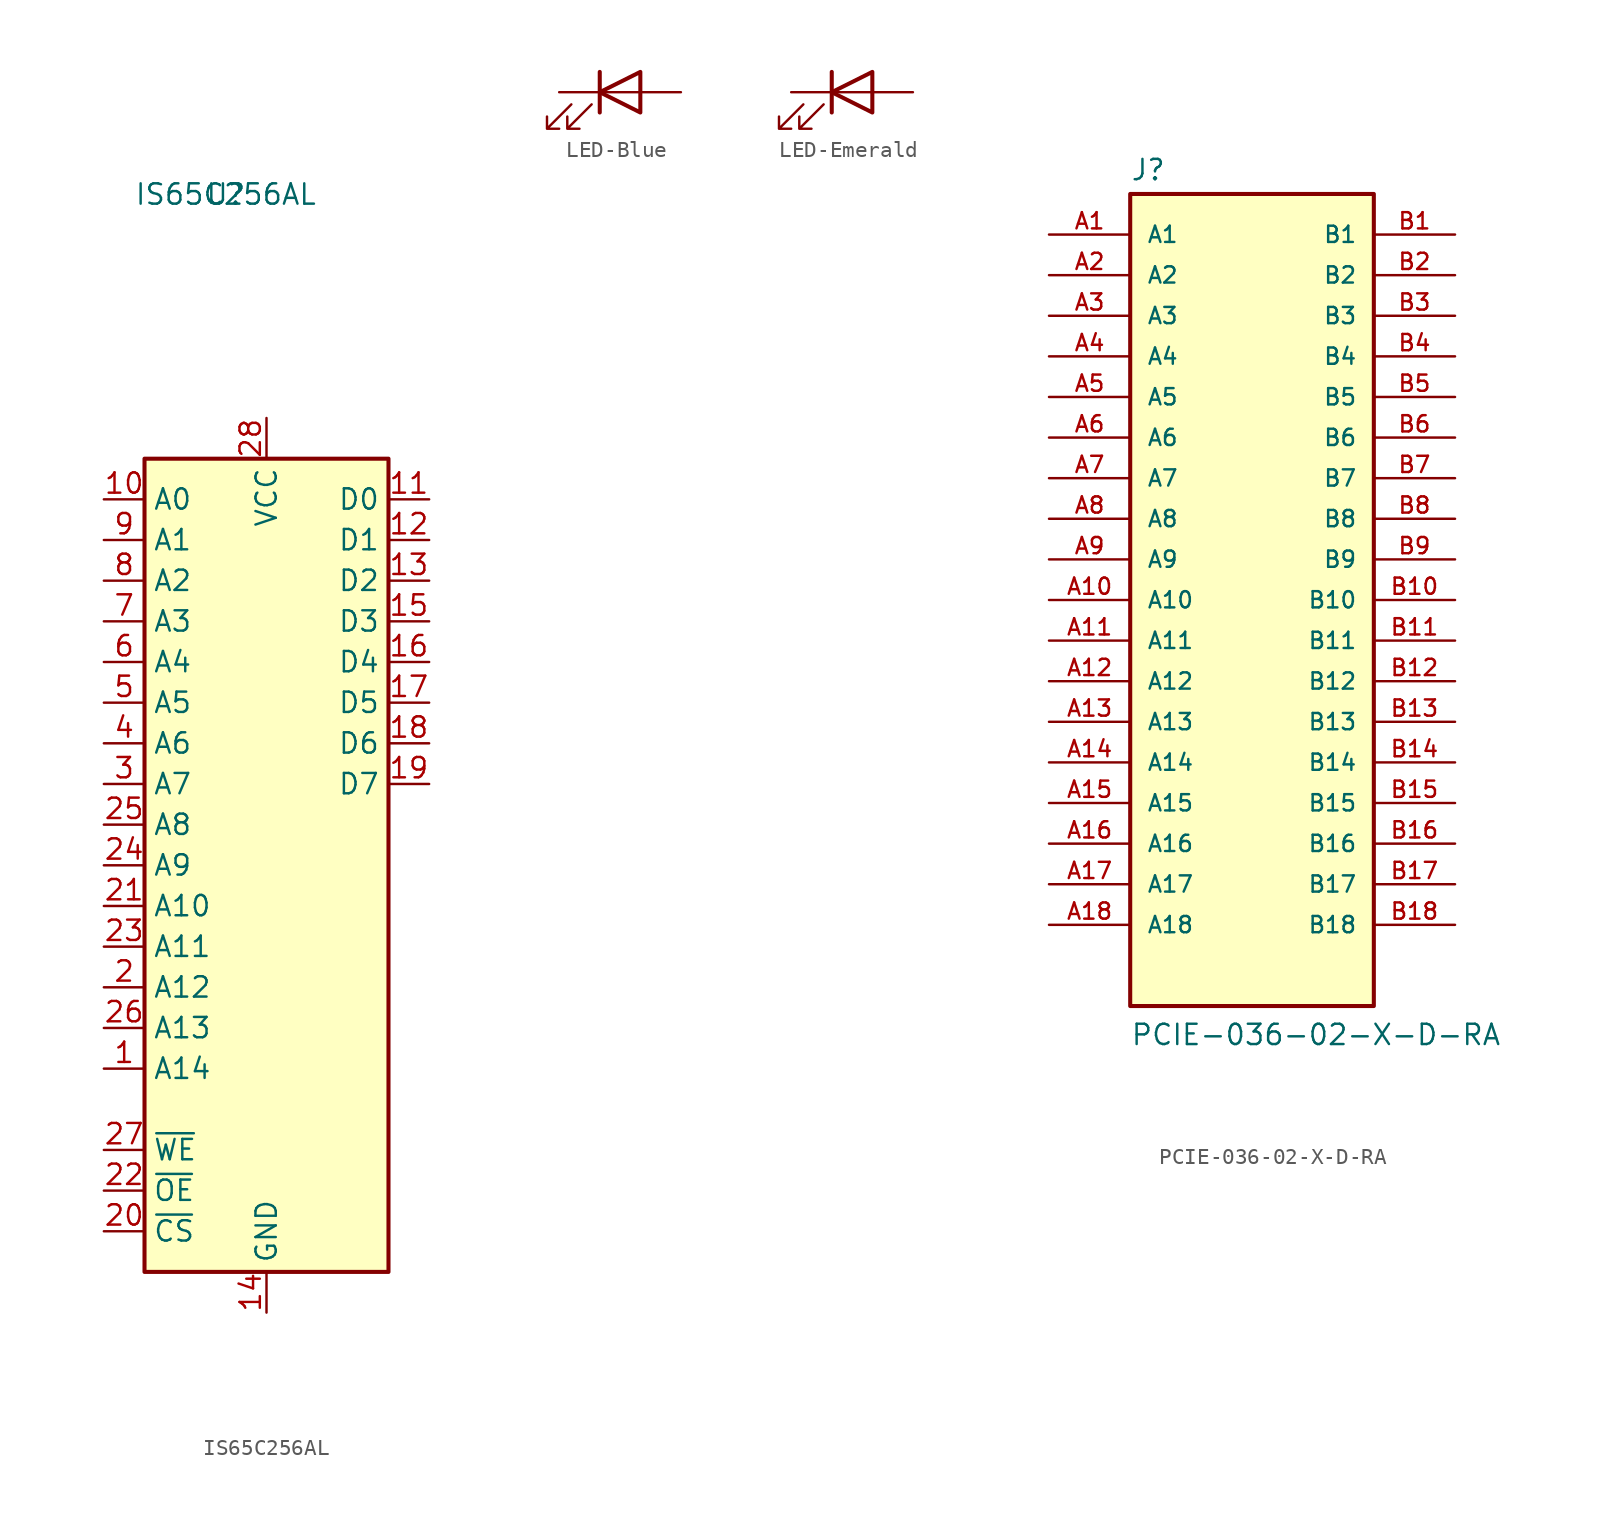
<source format=kicad_sym>
(kicad_symbol_lib
  (version 20211014)
  (generator kicad_symbol_editor)
  (symbol "IS65C256AL"
    (property "Reference" "U"
      (at -3.81 41.91 0)
      (effects (font (size 1.27 1.27))))
    (property "Value" "IS65C256AL"
      (at -3.81 41.91 0)
      (effects (font (size 1.27 1.27))))
    (symbol "IS65C256AL_1_1"
      (rectangle (start -8.89 25.4) (end 6.35 -25.4) (stroke (width 0.254) (type default) (color 0 0 0 0)) (fill (type background)))
      (pin input line (at -11.43 -12.7 0) (length 2.54) (name "A14" (effects (font (size 1.27 1.27)))) (number "1" (effects (font (size 1.27 1.27)))))
      (pin input line (at -11.43 22.86 0) (length 2.54) (name "A0" (effects (font (size 1.27 1.27)))) (number "10" (effects (font (size 1.27 1.27)))))
      (pin tri_state line (at 8.89 22.86 180) (length 2.54) (name "D0" (effects (font (size 1.27 1.27)))) (number "11" (effects (font (size 1.27 1.27)))))
      (pin tri_state line (at 8.89 20.32 180) (length 2.54) (name "D1" (effects (font (size 1.27 1.27)))) (number "12" (effects (font (size 1.27 1.27)))))
      (pin tri_state line (at 8.89 17.78 180) (length 2.54) (name "D2" (effects (font (size 1.27 1.27)))) (number "13" (effects (font (size 1.27 1.27)))))
      (pin power_in line (at -1.27 -27.94 90) (length 2.54) (name "GND" (effects (font (size 1.27 1.27)))) (number "14" (effects (font (size 1.27 1.27)))))
      (pin tri_state line (at 8.89 15.24 180) (length 2.54) (name "D3" (effects (font (size 1.27 1.27)))) (number "15" (effects (font (size 1.27 1.27)))))
      (pin tri_state line (at 8.89 12.7 180) (length 2.54) (name "D4" (effects (font (size 1.27 1.27)))) (number "16" (effects (font (size 1.27 1.27)))))
      (pin tri_state line (at 8.89 10.16 180) (length 2.54) (name "D5" (effects (font (size 1.27 1.27)))) (number "17" (effects (font (size 1.27 1.27)))))
      (pin tri_state line (at 8.89 7.62 180) (length 2.54) (name "D6" (effects (font (size 1.27 1.27)))) (number "18" (effects (font (size 1.27 1.27)))))
      (pin tri_state line (at 8.89 5.08 180) (length 2.54) (name "D7" (effects (font (size 1.27 1.27)))) (number "19" (effects (font (size 1.27 1.27)))))
      (pin input line (at -11.43 -7.62 0) (length 2.54) (name "A12" (effects (font (size 1.27 1.27)))) (number "2" (effects (font (size 1.27 1.27)))))
      (pin input line (at -11.43 -22.86 0) (length 2.54) (name "~{CS}" (effects (font (size 1.27 1.27)))) (number "20" (effects (font (size 1.27 1.27)))))
      (pin input line (at -11.43 -2.54 0) (length 2.54) (name "A10" (effects (font (size 1.27 1.27)))) (number "21" (effects (font (size 1.27 1.27)))))
      (pin input line (at -11.43 -20.32 0) (length 2.54) (name "~{OE}" (effects (font (size 1.27 1.27)))) (number "22" (effects (font (size 1.27 1.27)))))
      (pin input line (at -11.43 -5.08 0) (length 2.54) (name "A11" (effects (font (size 1.27 1.27)))) (number "23" (effects (font (size 1.27 1.27)))))
      (pin input line (at -11.43 0 0) (length 2.54) (name "A9" (effects (font (size 1.27 1.27)))) (number "24" (effects (font (size 1.27 1.27)))))
      (pin input line (at -11.43 2.54 0) (length 2.54) (name "A8" (effects (font (size 1.27 1.27)))) (number "25" (effects (font (size 1.27 1.27)))))
      (pin input line (at -11.43 -10.16 0) (length 2.54) (name "A13" (effects (font (size 1.27 1.27)))) (number "26" (effects (font (size 1.27 1.27)))))
      (pin input line (at -11.43 -17.78 0) (length 2.54) (name "~{WE}" (effects (font (size 1.27 1.27)))) (number "27" (effects (font (size 1.27 1.27)))))
      (pin power_in line (at -1.27 27.94 270) (length 2.54) (name "VCC" (effects (font (size 1.27 1.27)))) (number "28" (effects (font (size 1.27 1.27)))))
      (pin input line (at -11.43 5.08 0) (length 2.54) (name "A7" (effects (font (size 1.27 1.27)))) (number "3" (effects (font (size 1.27 1.27)))))
      (pin input line (at -11.43 7.62 0) (length 2.54) (name "A6" (effects (font (size 1.27 1.27)))) (number "4" (effects (font (size 1.27 1.27)))))
      (pin input line (at -11.43 10.16 0) (length 2.54) (name "A5" (effects (font (size 1.27 1.27)))) (number "5" (effects (font (size 1.27 1.27)))))
      (pin input line (at -11.43 12.7 0) (length 2.54) (name "A4" (effects (font (size 1.27 1.27)))) (number "6" (effects (font (size 1.27 1.27)))))
      (pin input line (at -11.43 15.24 0) (length 2.54) (name "A3" (effects (font (size 1.27 1.27)))) (number "7" (effects (font (size 1.27 1.27)))))
      (pin input line (at -11.43 17.78 0) (length 2.54) (name "A2" (effects (font (size 1.27 1.27)))) (number "8" (effects (font (size 1.27 1.27)))))
      (pin input line (at -11.43 20.32 0) (length 2.54) (name "A1" (effects (font (size 1.27 1.27)))) (number "9" (effects (font (size 1.27 1.27)))))))
  (symbol "LED-Blue"
    (pin_numbers hide)
    (pin_names
      (offset 1.016) hide)
    (property "Reference" "D"
      (at 0 2.54 0)
      (effects (font (size 1.27 1.27)) hide))
    (symbol "LED-Blue_0_1"
      (polyline (pts (xy -1.27 -1.27) (xy -1.27 1.27)) (stroke (width 0.254) (type default) (color 0 0 0 0)) (fill (type none)))
      (polyline (pts (xy -1.27 0) (xy 1.27 0)) (stroke (width 0) (type default) (color 0 0 0 0)) (fill (type none)))
      (polyline (pts (xy 1.27 -1.27) (xy 1.27 1.27) (xy -1.27 0) (xy 1.27 -1.27)) (stroke (width 0.254) (type default) (color 0 0 0 0)) (fill (type none)))
      (polyline (pts (xy -3.048 -0.762) (xy -4.572 -2.286) (xy -3.81 -2.286) (xy -4.572 -2.286) (xy -4.572 -1.524)) (stroke (width 0) (type default) (color 0 0 0 0)) (fill (type none)))
      (polyline (pts (xy -1.778 -0.762) (xy -3.302 -2.286) (xy -2.54 -2.286) (xy -3.302 -2.286) (xy -3.302 -1.524)) (stroke (width 0) (type default) (color 0 0 0 0)) (fill (type none))))
    (symbol "LED-Blue_1_1"
      (pin passive line (at -3.81 0 0) (length 2.54) (name "K" (effects (font (size 1.27 1.27)))) (number "1" (effects (font (size 1.27 1.27)))))
      (pin passive line (at 3.81 0 180) (length 2.54) (name "A" (effects (font (size 1.27 1.27)))) (number "2" (effects (font (size 1.27 1.27)))))))
  (symbol "LED-Emerald"
    (pin_numbers hide)
    (pin_names
      (offset 1.016) hide)
    (property "Reference" "D"
      (at 0 2.54 0)
      (effects (font (size 1.27 1.27)) hide))
    (symbol "LED-Emerald_0_1"
      (polyline (pts (xy -1.27 -1.27) (xy -1.27 1.27)) (stroke (width 0.254) (type default) (color 0 0 0 0)) (fill (type none)))
      (polyline (pts (xy -1.27 0) (xy 1.27 0)) (stroke (width 0) (type default) (color 0 0 0 0)) (fill (type none)))
      (polyline (pts (xy 1.27 -1.27) (xy 1.27 1.27) (xy -1.27 0) (xy 1.27 -1.27)) (stroke (width 0.254) (type default) (color 0 0 0 0)) (fill (type none)))
      (polyline (pts (xy -3.048 -0.762) (xy -4.572 -2.286) (xy -3.81 -2.286) (xy -4.572 -2.286) (xy -4.572 -1.524)) (stroke (width 0) (type default) (color 0 0 0 0)) (fill (type none)))
      (polyline (pts (xy -1.778 -0.762) (xy -3.302 -2.286) (xy -2.54 -2.286) (xy -3.302 -2.286) (xy -3.302 -1.524)) (stroke (width 0) (type default) (color 0 0 0 0)) (fill (type none))))
    (symbol "LED-Emerald_1_1"
      (pin passive line (at -3.81 0 0) (length 2.54) (name "K" (effects (font (size 1.27 1.27)))) (number "1" (effects (font (size 1.27 1.27)))))
      (pin passive line (at 3.81 0 180) (length 2.54) (name "A" (effects (font (size 1.27 1.27)))) (number "2" (effects (font (size 1.27 1.27)))))))
  (symbol "PCIE-036-02-X-D-RA"
    (pin_names
      (offset 1.016))
    (property "Reference" "J"
      (at -7.62 26.162 0)
      (effects (font (size 1.27 1.27)) (justify left bottom)))
    (property "Value" "PCIE-036-02-X-D-RA"
      (at -7.62 -27.94 0)
      (effects (font (size 1.27 1.27)) (justify left bottom)))
    (symbol "PCIE-036-02-X-D-RA_0_0"
      (rectangle (start -7.62 -25.4) (end 7.62 25.4) (stroke (width 0.254) (type default) (color 0 0 0 0)) (fill (type background)))
      (pin passive line (at -12.7 22.86 0) (length 5.08) (name "A1" (effects (font (size 1.016 1.016)))) (number "A1" (effects (font (size 1.016 1.016)))))
      (pin passive line (at -12.7 0 0) (length 5.08) (name "A10" (effects (font (size 1.016 1.016)))) (number "A10" (effects (font (size 1.016 1.016)))))
      (pin passive line (at -12.7 -2.54 0) (length 5.08) (name "A11" (effects (font (size 1.016 1.016)))) (number "A11" (effects (font (size 1.016 1.016)))))
      (pin passive line (at -12.7 -5.08 0) (length 5.08) (name "A12" (effects (font (size 1.016 1.016)))) (number "A12" (effects (font (size 1.016 1.016)))))
      (pin passive line (at -12.7 -7.62 0) (length 5.08) (name "A13" (effects (font (size 1.016 1.016)))) (number "A13" (effects (font (size 1.016 1.016)))))
      (pin passive line (at -12.7 -10.16 0) (length 5.08) (name "A14" (effects (font (size 1.016 1.016)))) (number "A14" (effects (font (size 1.016 1.016)))))
      (pin passive line (at -12.7 -12.7 0) (length 5.08) (name "A15" (effects (font (size 1.016 1.016)))) (number "A15" (effects (font (size 1.016 1.016)))))
      (pin passive line (at -12.7 -15.24 0) (length 5.08) (name "A16" (effects (font (size 1.016 1.016)))) (number "A16" (effects (font (size 1.016 1.016)))))
      (pin passive line (at -12.7 -17.78 0) (length 5.08) (name "A17" (effects (font (size 1.016 1.016)))) (number "A17" (effects (font (size 1.016 1.016)))))
      (pin passive line (at -12.7 -20.32 0) (length 5.08) (name "A18" (effects (font (size 1.016 1.016)))) (number "A18" (effects (font (size 1.016 1.016)))))
      (pin passive line (at -12.7 20.32 0) (length 5.08) (name "A2" (effects (font (size 1.016 1.016)))) (number "A2" (effects (font (size 1.016 1.016)))))
      (pin passive line (at -12.7 17.78 0) (length 5.08) (name "A3" (effects (font (size 1.016 1.016)))) (number "A3" (effects (font (size 1.016 1.016)))))
      (pin passive line (at -12.7 15.24 0) (length 5.08) (name "A4" (effects (font (size 1.016 1.016)))) (number "A4" (effects (font (size 1.016 1.016)))))
      (pin passive line (at -12.7 12.7 0) (length 5.08) (name "A5" (effects (font (size 1.016 1.016)))) (number "A5" (effects (font (size 1.016 1.016)))))
      (pin passive line (at -12.7 10.16 0) (length 5.08) (name "A6" (effects (font (size 1.016 1.016)))) (number "A6" (effects (font (size 1.016 1.016)))))
      (pin passive line (at -12.7 7.62 0) (length 5.08) (name "A7" (effects (font (size 1.016 1.016)))) (number "A7" (effects (font (size 1.016 1.016)))))
      (pin passive line (at -12.7 5.08 0) (length 5.08) (name "A8" (effects (font (size 1.016 1.016)))) (number "A8" (effects (font (size 1.016 1.016)))))
      (pin passive line (at -12.7 2.54 0) (length 5.08) (name "A9" (effects (font (size 1.016 1.016)))) (number "A9" (effects (font (size 1.016 1.016)))))
      (pin passive line (at 12.7 22.86 180) (length 5.08) (name "B1" (effects (font (size 1.016 1.016)))) (number "B1" (effects (font (size 1.016 1.016)))))
      (pin passive line (at 12.7 0 180) (length 5.08) (name "B10" (effects (font (size 1.016 1.016)))) (number "B10" (effects (font (size 1.016 1.016)))))
      (pin passive line (at 12.7 -2.54 180) (length 5.08) (name "B11" (effects (font (size 1.016 1.016)))) (number "B11" (effects (font (size 1.016 1.016)))))
      (pin passive line (at 12.7 -5.08 180) (length 5.08) (name "B12" (effects (font (size 1.016 1.016)))) (number "B12" (effects (font (size 1.016 1.016)))))
      (pin passive line (at 12.7 -7.62 180) (length 5.08) (name "B13" (effects (font (size 1.016 1.016)))) (number "B13" (effects (font (size 1.016 1.016)))))
      (pin passive line (at 12.7 -10.16 180) (length 5.08) (name "B14" (effects (font (size 1.016 1.016)))) (number "B14" (effects (font (size 1.016 1.016)))))
      (pin passive line (at 12.7 -12.7 180) (length 5.08) (name "B15" (effects (font (size 1.016 1.016)))) (number "B15" (effects (font (size 1.016 1.016)))))
      (pin passive line (at 12.7 -15.24 180) (length 5.08) (name "B16" (effects (font (size 1.016 1.016)))) (number "B16" (effects (font (size 1.016 1.016)))))
      (pin passive line (at 12.7 -17.78 180) (length 5.08) (name "B17" (effects (font (size 1.016 1.016)))) (number "B17" (effects (font (size 1.016 1.016)))))
      (pin passive line (at 12.7 -20.32 180) (length 5.08) (name "B18" (effects (font (size 1.016 1.016)))) (number "B18" (effects (font (size 1.016 1.016)))))
      (pin passive line (at 12.7 20.32 180) (length 5.08) (name "B2" (effects (font (size 1.016 1.016)))) (number "B2" (effects (font (size 1.016 1.016)))))
      (pin passive line (at 12.7 17.78 180) (length 5.08) (name "B3" (effects (font (size 1.016 1.016)))) (number "B3" (effects (font (size 1.016 1.016)))))
      (pin passive line (at 12.7 15.24 180) (length 5.08) (name "B4" (effects (font (size 1.016 1.016)))) (number "B4" (effects (font (size 1.016 1.016)))))
      (pin passive line (at 12.7 12.7 180) (length 5.08) (name "B5" (effects (font (size 1.016 1.016)))) (number "B5" (effects (font (size 1.016 1.016)))))
      (pin passive line (at 12.7 10.16 180) (length 5.08) (name "B6" (effects (font (size 1.016 1.016)))) (number "B6" (effects (font (size 1.016 1.016)))))
      (pin passive line (at 12.7 7.62 180) (length 5.08) (name "B7" (effects (font (size 1.016 1.016)))) (number "B7" (effects (font (size 1.016 1.016)))))
      (pin passive line (at 12.7 5.08 180) (length 5.08) (name "B8" (effects (font (size 1.016 1.016)))) (number "B8" (effects (font (size 1.016 1.016)))))
      (pin passive line (at 12.7 2.54 180) (length 5.08) (name "B9" (effects (font (size 1.016 1.016)))) (number "B9" (effects (font (size 1.016 1.016))))))))
</source>
